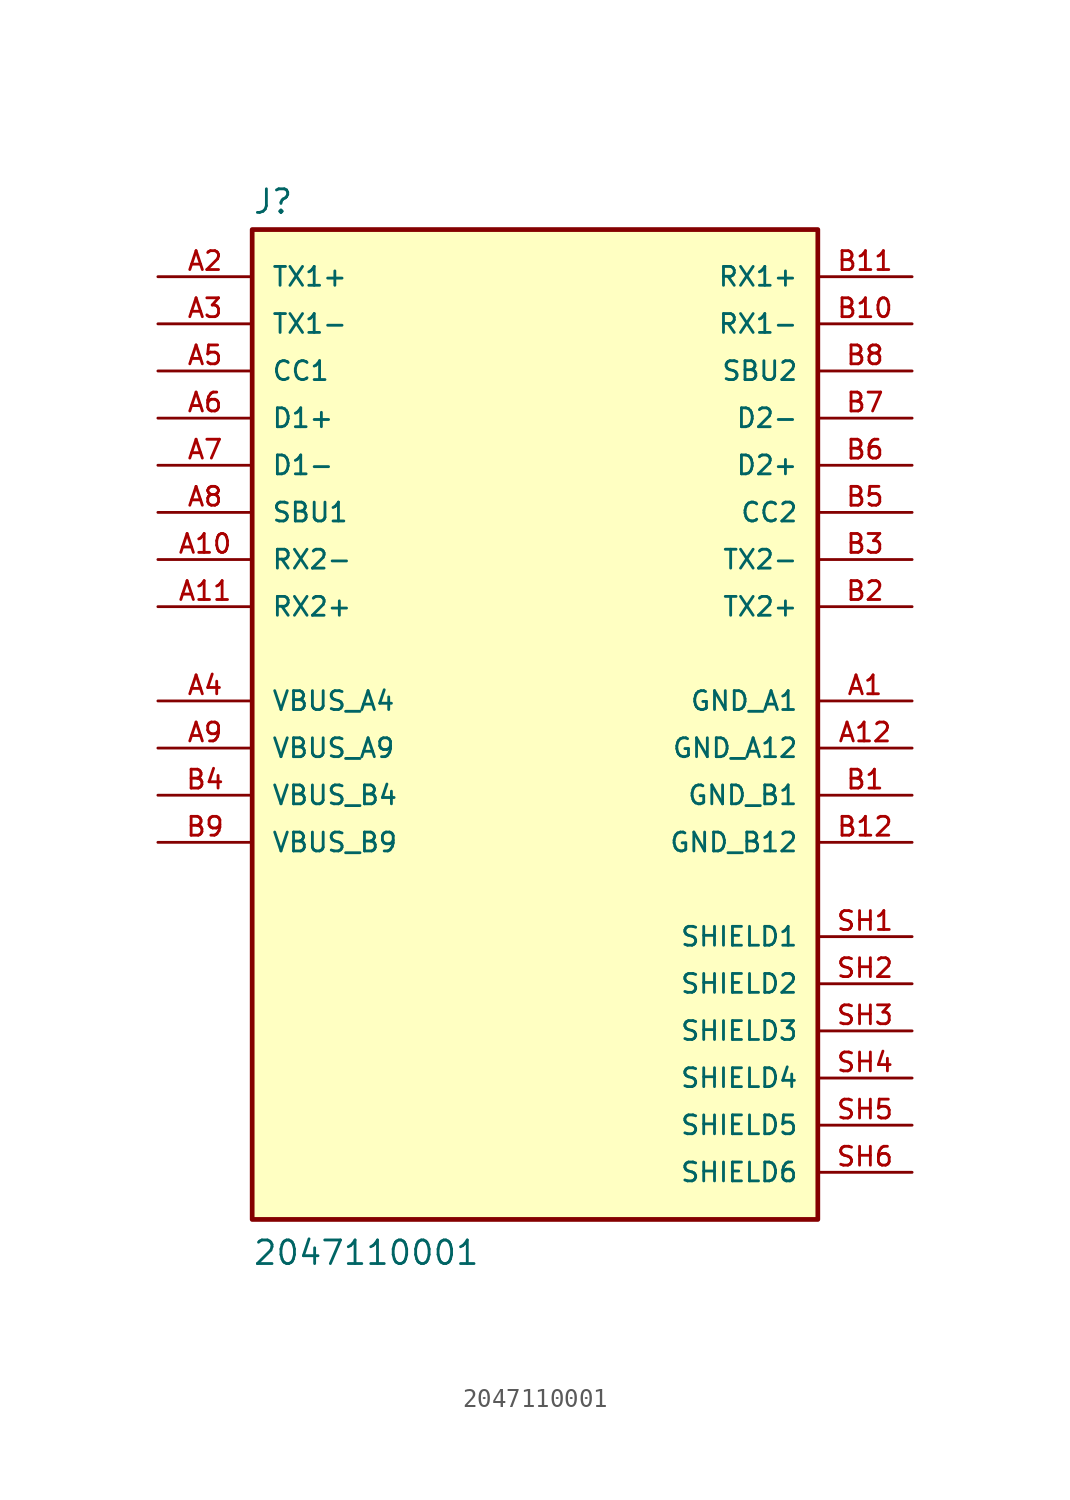
<source format=kicad_sym>
(kicad_symbol_lib
  (version 20211014)
  (generator kicad_symbol_editor)
  (symbol "2047110001"
    (pin_names
      (offset 1.016))
    (property "Reference" "J"
      (at -15.24 26.162 0)
      (effects (font (size 1.27 1.27)) (justify bottom left)))
    (property "Value" "2047110001"
      (at -15.24 -30.48 0)
      (effects (font (size 1.27 1.27)) (justify bottom left)))
    (symbol "2047110001_0_0"
      (rectangle (start -15.24 -27.94) (end 15.24 25.4) (stroke (width 0.254)) (fill (type background)))
      (pin power_in line (at 20.32 0.0 180.0) (length 5.08) (name "GND_A1" (effects (font (size 1.016 1.016)))) (number "A1" (effects (font (size 1.016 1.016)))))
      (pin bidirectional line (at -20.32 20.32 0) (length 5.08) (name "TX1-" (effects (font (size 1.016 1.016)))) (number "A3" (effects (font (size 1.016 1.016)))))
      (pin bidirectional line (at -20.32 22.86 0) (length 5.08) (name "TX1+" (effects (font (size 1.016 1.016)))) (number "A2" (effects (font (size 1.016 1.016)))))
      (pin power_in line (at -20.32 0.0 0) (length 5.08) (name "VBUS_A4" (effects (font (size 1.016 1.016)))) (number "A4" (effects (font (size 1.016 1.016)))))
      (pin bidirectional line (at -20.32 15.24 0) (length 5.08) (name "D1+" (effects (font (size 1.016 1.016)))) (number "A6" (effects (font (size 1.016 1.016)))))
      (pin bidirectional line (at -20.32 17.78 0) (length 5.08) (name "CC1" (effects (font (size 1.016 1.016)))) (number "A5" (effects (font (size 1.016 1.016)))))
      (pin bidirectional line (at -20.32 10.16 0) (length 5.08) (name "SBU1" (effects (font (size 1.016 1.016)))) (number "A8" (effects (font (size 1.016 1.016)))))
      (pin bidirectional line (at -20.32 12.7 0) (length 5.08) (name "D1-" (effects (font (size 1.016 1.016)))) (number "A7" (effects (font (size 1.016 1.016)))))
      (pin bidirectional line (at -20.32 7.62 0) (length 5.08) (name "RX2-" (effects (font (size 1.016 1.016)))) (number "A10" (effects (font (size 1.016 1.016)))))
      (pin bidirectional line (at -20.32 5.08 0) (length 5.08) (name "RX2+" (effects (font (size 1.016 1.016)))) (number "A11" (effects (font (size 1.016 1.016)))))
      (pin passive line (at 20.32 -12.7 180.0) (length 5.08) (name "SHIELD1" (effects (font (size 1.016 1.016)))) (number "SH1" (effects (font (size 1.016 1.016)))))
      (pin power_in line (at 20.32 -5.08 180.0) (length 5.08) (name "GND_B1" (effects (font (size 1.016 1.016)))) (number "B1" (effects (font (size 1.016 1.016)))))
      (pin bidirectional line (at 20.32 7.62 180.0) (length 5.08) (name "TX2-" (effects (font (size 1.016 1.016)))) (number "B3" (effects (font (size 1.016 1.016)))))
      (pin bidirectional line (at 20.32 5.08 180.0) (length 5.08) (name "TX2+" (effects (font (size 1.016 1.016)))) (number "B2" (effects (font (size 1.016 1.016)))))
      (pin power_in line (at -20.32 -5.08 0) (length 5.08) (name "VBUS_B4" (effects (font (size 1.016 1.016)))) (number "B4" (effects (font (size 1.016 1.016)))))
      (pin bidirectional line (at 20.32 12.7 180.0) (length 5.08) (name "D2+" (effects (font (size 1.016 1.016)))) (number "B6" (effects (font (size 1.016 1.016)))))
      (pin bidirectional line (at 20.32 10.16 180.0) (length 5.08) (name "CC2" (effects (font (size 1.016 1.016)))) (number "B5" (effects (font (size 1.016 1.016)))))
      (pin bidirectional line (at 20.32 17.78 180.0) (length 5.08) (name "SBU2" (effects (font (size 1.016 1.016)))) (number "B8" (effects (font (size 1.016 1.016)))))
      (pin bidirectional line (at 20.32 15.24 180.0) (length 5.08) (name "D2-" (effects (font (size 1.016 1.016)))) (number "B7" (effects (font (size 1.016 1.016)))))
      (pin bidirectional line (at 20.32 20.32 180.0) (length 5.08) (name "RX1-" (effects (font (size 1.016 1.016)))) (number "B10" (effects (font (size 1.016 1.016)))))
      (pin bidirectional line (at 20.32 22.86 180.0) (length 5.08) (name "RX1+" (effects (font (size 1.016 1.016)))) (number "B11" (effects (font (size 1.016 1.016)))))
      (pin passive line (at 20.32 -15.24 180.0) (length 5.08) (name "SHIELD2" (effects (font (size 1.016 1.016)))) (number "SH2" (effects (font (size 1.016 1.016)))))
      (pin passive line (at 20.32 -17.78 180.0) (length 5.08) (name "SHIELD3" (effects (font (size 1.016 1.016)))) (number "SH3" (effects (font (size 1.016 1.016)))))
      (pin passive line (at 20.32 -20.32 180.0) (length 5.08) (name "SHIELD4" (effects (font (size 1.016 1.016)))) (number "SH4" (effects (font (size 1.016 1.016)))))
      (pin passive line (at 20.32 -22.86 180.0) (length 5.08) (name "SHIELD5" (effects (font (size 1.016 1.016)))) (number "SH5" (effects (font (size 1.016 1.016)))))
      (pin passive line (at 20.32 -25.4 180.0) (length 5.08) (name "SHIELD6" (effects (font (size 1.016 1.016)))) (number "SH6" (effects (font (size 1.016 1.016)))))
      (pin power_in line (at -20.32 -2.54 0) (length 5.08) (name "VBUS_A9" (effects (font (size 1.016 1.016)))) (number "A9" (effects (font (size 1.016 1.016)))))
      (pin power_in line (at -20.32 -7.62 0) (length 5.08) (name "VBUS_B9" (effects (font (size 1.016 1.016)))) (number "B9" (effects (font (size 1.016 1.016)))))
      (pin power_in line (at 20.32 -2.54 180.0) (length 5.08) (name "GND_A12" (effects (font (size 1.016 1.016)))) (number "A12" (effects (font (size 1.016 1.016)))))
      (pin power_in line (at 20.32 -7.62 180.0) (length 5.08) (name "GND_B12" (effects (font (size 1.016 1.016)))) (number "B12" (effects (font (size 1.016 1.016))))))))
</source>
